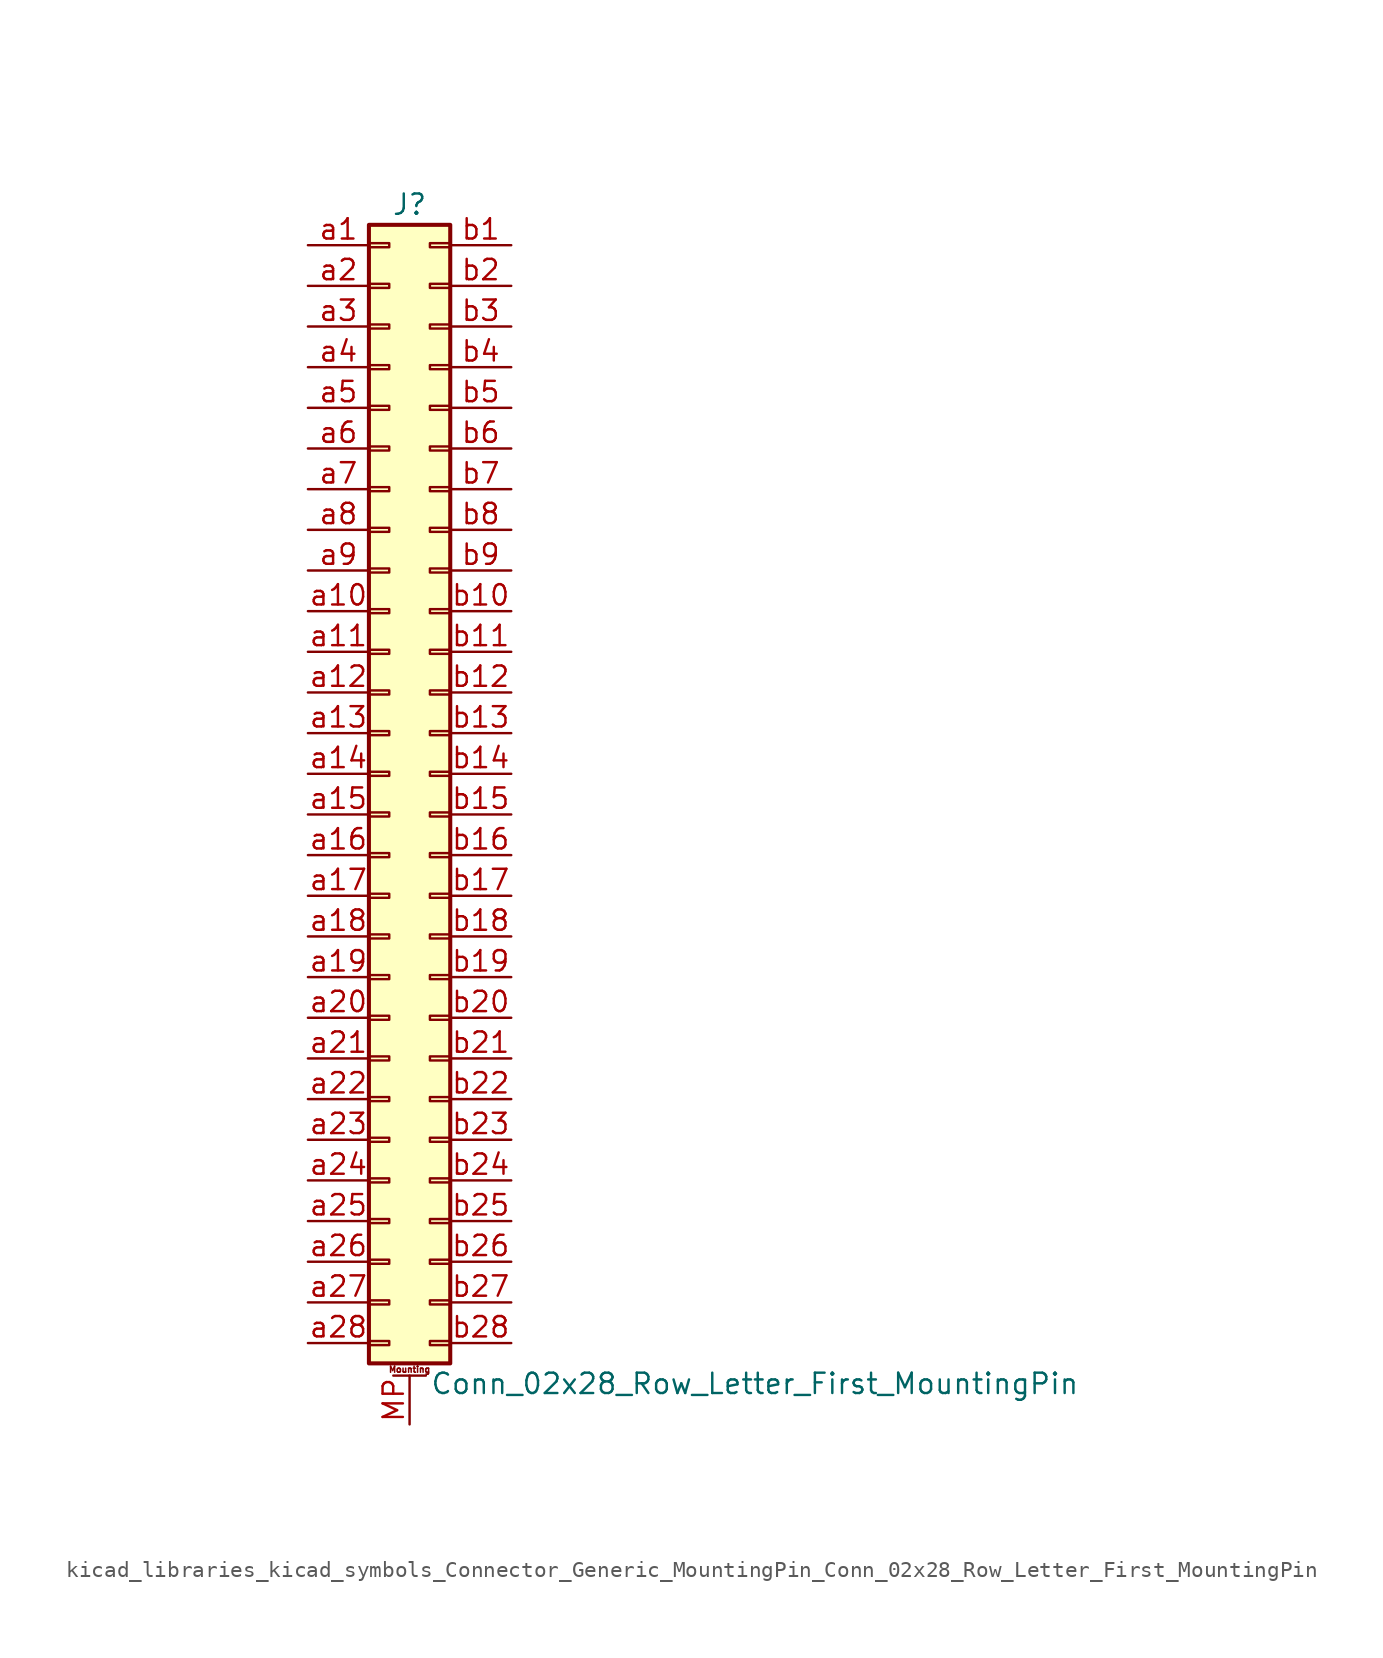
<source format=kicad_sym>
(kicad_symbol_lib
  (version 20220914)
  (generator kicad_symbol_editor)
  (symbol "kicad_libraries_kicad_symbols_Connector_Generic_MountingPin_Conn_02x28_Row_Letter_First_MountingPin"
    (pin_names
      (offset 1.016) hide)
    (property "Reference" "J"
      (at 1.27 35.56 0)
      (effects (font (size 1.27 1.27))))
    (property "Value" "Conn_02x28_Row_Letter_First_MountingPin"
      (at 2.54 -38.1 0)
      (effects (font (size 1.27 1.27)) (justify left)))
    (symbol "kicad_libraries_kicad_symbols_Connector_Generic_MountingPin_Conn_02x28_Row_Letter_First_MountingPin_1_1"
      (rectangle (start -1.27 -35.433) (end 0 -35.687) (stroke (width 0.152) (type default)) (fill (type none)))
      (rectangle (start -1.27 -32.893) (end 0 -33.147) (stroke (width 0.152) (type default)) (fill (type none)))
      (rectangle (start -1.27 -30.353) (end 0 -30.607) (stroke (width 0.152) (type default)) (fill (type none)))
      (rectangle (start -1.27 -27.813) (end 0 -28.067) (stroke (width 0.152) (type default)) (fill (type none)))
      (rectangle (start -1.27 -25.273) (end 0 -25.527) (stroke (width 0.152) (type default)) (fill (type none)))
      (rectangle (start -1.27 -22.733) (end 0 -22.987) (stroke (width 0.152) (type default)) (fill (type none)))
      (rectangle (start -1.27 -20.193) (end 0 -20.447) (stroke (width 0.152) (type default)) (fill (type none)))
      (rectangle (start -1.27 -17.653) (end 0 -17.907) (stroke (width 0.152) (type default)) (fill (type none)))
      (rectangle (start -1.27 -15.113) (end 0 -15.367) (stroke (width 0.152) (type default)) (fill (type none)))
      (rectangle (start -1.27 -12.573) (end 0 -12.827) (stroke (width 0.152) (type default)) (fill (type none)))
      (rectangle (start -1.27 -10.033) (end 0 -10.287) (stroke (width 0.152) (type default)) (fill (type none)))
      (rectangle (start -1.27 -7.493) (end 0 -7.747) (stroke (width 0.152) (type default)) (fill (type none)))
      (rectangle (start -1.27 -4.953) (end 0 -5.207) (stroke (width 0.152) (type default)) (fill (type none)))
      (rectangle (start -1.27 -2.413) (end 0 -2.667) (stroke (width 0.152) (type default)) (fill (type none)))
      (rectangle (start -1.27 0.127) (end 0 -0.127) (stroke (width 0.152) (type default)) (fill (type none)))
      (rectangle (start -1.27 2.667) (end 0 2.413) (stroke (width 0.152) (type default)) (fill (type none)))
      (rectangle (start -1.27 5.207) (end 0 4.953) (stroke (width 0.152) (type default)) (fill (type none)))
      (rectangle (start -1.27 7.747) (end 0 7.493) (stroke (width 0.152) (type default)) (fill (type none)))
      (rectangle (start -1.27 10.287) (end 0 10.033) (stroke (width 0.152) (type default)) (fill (type none)))
      (rectangle (start -1.27 12.827) (end 0 12.573) (stroke (width 0.152) (type default)) (fill (type none)))
      (rectangle (start -1.27 15.367) (end 0 15.113) (stroke (width 0.152) (type default)) (fill (type none)))
      (rectangle (start -1.27 17.907) (end 0 17.653) (stroke (width 0.152) (type default)) (fill (type none)))
      (rectangle (start -1.27 20.447) (end 0 20.193) (stroke (width 0.152) (type default)) (fill (type none)))
      (rectangle (start -1.27 22.987) (end 0 22.733) (stroke (width 0.152) (type default)) (fill (type none)))
      (rectangle (start -1.27 25.527) (end 0 25.273) (stroke (width 0.152) (type default)) (fill (type none)))
      (rectangle (start -1.27 28.067) (end 0 27.813) (stroke (width 0.152) (type default)) (fill (type none)))
      (rectangle (start -1.27 30.607) (end 0 30.353) (stroke (width 0.152) (type default)) (fill (type none)))
      (rectangle (start -1.27 33.147) (end 0 32.893) (stroke (width 0.152) (type default)) (fill (type none)))
      (rectangle (start -1.27 34.29) (end 3.81 -36.83) (stroke (width 0.254) (type default)) (fill (type background)))
      (polyline (pts (xy 0.254 -37.592) (xy 2.286 -37.592)) (stroke (width 0.152) (type default)) (fill (type none)))
      (rectangle (start 3.81 -35.433) (end 2.54 -35.687) (stroke (width 0.152) (type default)) (fill (type none)))
      (rectangle (start 3.81 -32.893) (end 2.54 -33.147) (stroke (width 0.152) (type default)) (fill (type none)))
      (rectangle (start 3.81 -30.353) (end 2.54 -30.607) (stroke (width 0.152) (type default)) (fill (type none)))
      (rectangle (start 3.81 -27.813) (end 2.54 -28.067) (stroke (width 0.152) (type default)) (fill (type none)))
      (rectangle (start 3.81 -25.273) (end 2.54 -25.527) (stroke (width 0.152) (type default)) (fill (type none)))
      (rectangle (start 3.81 -22.733) (end 2.54 -22.987) (stroke (width 0.152) (type default)) (fill (type none)))
      (rectangle (start 3.81 -20.193) (end 2.54 -20.447) (stroke (width 0.152) (type default)) (fill (type none)))
      (rectangle (start 3.81 -17.653) (end 2.54 -17.907) (stroke (width 0.152) (type default)) (fill (type none)))
      (rectangle (start 3.81 -15.113) (end 2.54 -15.367) (stroke (width 0.152) (type default)) (fill (type none)))
      (rectangle (start 3.81 -12.573) (end 2.54 -12.827) (stroke (width 0.152) (type default)) (fill (type none)))
      (rectangle (start 3.81 -10.033) (end 2.54 -10.287) (stroke (width 0.152) (type default)) (fill (type none)))
      (rectangle (start 3.81 -7.493) (end 2.54 -7.747) (stroke (width 0.152) (type default)) (fill (type none)))
      (rectangle (start 3.81 -4.953) (end 2.54 -5.207) (stroke (width 0.152) (type default)) (fill (type none)))
      (rectangle (start 3.81 -2.413) (end 2.54 -2.667) (stroke (width 0.152) (type default)) (fill (type none)))
      (rectangle (start 3.81 0.127) (end 2.54 -0.127) (stroke (width 0.152) (type default)) (fill (type none)))
      (rectangle (start 3.81 2.667) (end 2.54 2.413) (stroke (width 0.152) (type default)) (fill (type none)))
      (rectangle (start 3.81 5.207) (end 2.54 4.953) (stroke (width 0.152) (type default)) (fill (type none)))
      (rectangle (start 3.81 7.747) (end 2.54 7.493) (stroke (width 0.152) (type default)) (fill (type none)))
      (rectangle (start 3.81 10.287) (end 2.54 10.033) (stroke (width 0.152) (type default)) (fill (type none)))
      (rectangle (start 3.81 12.827) (end 2.54 12.573) (stroke (width 0.152) (type default)) (fill (type none)))
      (rectangle (start 3.81 15.367) (end 2.54 15.113) (stroke (width 0.152) (type default)) (fill (type none)))
      (rectangle (start 3.81 17.907) (end 2.54 17.653) (stroke (width 0.152) (type default)) (fill (type none)))
      (rectangle (start 3.81 20.447) (end 2.54 20.193) (stroke (width 0.152) (type default)) (fill (type none)))
      (rectangle (start 3.81 22.987) (end 2.54 22.733) (stroke (width 0.152) (type default)) (fill (type none)))
      (rectangle (start 3.81 25.527) (end 2.54 25.273) (stroke (width 0.152) (type default)) (fill (type none)))
      (rectangle (start 3.81 28.067) (end 2.54 27.813) (stroke (width 0.152) (type default)) (fill (type none)))
      (rectangle (start 3.81 30.607) (end 2.54 30.353) (stroke (width 0.152) (type default)) (fill (type none)))
      (rectangle (start 3.81 33.147) (end 2.54 32.893) (stroke (width 0.152) (type default)) (fill (type none)))
      (text "Mounting" (at 1.27 -37.211 0) (effects (font (size 0.381 0.381))))
      (pin passive line (at 1.27 -40.64 90) (length 3.048) (name "MountPin" (effects (font (size 1.27 1.27)))) (number "MP" (effects (font (size 1.27 1.27)))))
      (pin passive line (at -5.08 33.02 0) (length 3.81) (name "Pin_a1" (effects (font (size 1.27 1.27)))) (number "a1" (effects (font (size 1.27 1.27)))))
      (pin passive line (at -5.08 10.16 0) (length 3.81) (name "Pin_a10" (effects (font (size 1.27 1.27)))) (number "a10" (effects (font (size 1.27 1.27)))))
      (pin passive line (at -5.08 7.62 0) (length 3.81) (name "Pin_a11" (effects (font (size 1.27 1.27)))) (number "a11" (effects (font (size 1.27 1.27)))))
      (pin passive line (at -5.08 5.08 0) (length 3.81) (name "Pin_a12" (effects (font (size 1.27 1.27)))) (number "a12" (effects (font (size 1.27 1.27)))))
      (pin passive line (at -5.08 2.54 0) (length 3.81) (name "Pin_a13" (effects (font (size 1.27 1.27)))) (number "a13" (effects (font (size 1.27 1.27)))))
      (pin passive line (at -5.08 0 0) (length 3.81) (name "Pin_a14" (effects (font (size 1.27 1.27)))) (number "a14" (effects (font (size 1.27 1.27)))))
      (pin passive line (at -5.08 -2.54 0) (length 3.81) (name "Pin_a15" (effects (font (size 1.27 1.27)))) (number "a15" (effects (font (size 1.27 1.27)))))
      (pin passive line (at -5.08 -5.08 0) (length 3.81) (name "Pin_a16" (effects (font (size 1.27 1.27)))) (number "a16" (effects (font (size 1.27 1.27)))))
      (pin passive line (at -5.08 -7.62 0) (length 3.81) (name "Pin_a17" (effects (font (size 1.27 1.27)))) (number "a17" (effects (font (size 1.27 1.27)))))
      (pin passive line (at -5.08 -10.16 0) (length 3.81) (name "Pin_a18" (effects (font (size 1.27 1.27)))) (number "a18" (effects (font (size 1.27 1.27)))))
      (pin passive line (at -5.08 -12.7 0) (length 3.81) (name "Pin_a19" (effects (font (size 1.27 1.27)))) (number "a19" (effects (font (size 1.27 1.27)))))
      (pin passive line (at -5.08 30.48 0) (length 3.81) (name "Pin_a2" (effects (font (size 1.27 1.27)))) (number "a2" (effects (font (size 1.27 1.27)))))
      (pin passive line (at -5.08 -15.24 0) (length 3.81) (name "Pin_a20" (effects (font (size 1.27 1.27)))) (number "a20" (effects (font (size 1.27 1.27)))))
      (pin passive line (at -5.08 -17.78 0) (length 3.81) (name "Pin_a21" (effects (font (size 1.27 1.27)))) (number "a21" (effects (font (size 1.27 1.27)))))
      (pin passive line (at -5.08 -20.32 0) (length 3.81) (name "Pin_a22" (effects (font (size 1.27 1.27)))) (number "a22" (effects (font (size 1.27 1.27)))))
      (pin passive line (at -5.08 -22.86 0) (length 3.81) (name "Pin_a23" (effects (font (size 1.27 1.27)))) (number "a23" (effects (font (size 1.27 1.27)))))
      (pin passive line (at -5.08 -25.4 0) (length 3.81) (name "Pin_a24" (effects (font (size 1.27 1.27)))) (number "a24" (effects (font (size 1.27 1.27)))))
      (pin passive line (at -5.08 -27.94 0) (length 3.81) (name "Pin_a25" (effects (font (size 1.27 1.27)))) (number "a25" (effects (font (size 1.27 1.27)))))
      (pin passive line (at -5.08 -30.48 0) (length 3.81) (name "Pin_a26" (effects (font (size 1.27 1.27)))) (number "a26" (effects (font (size 1.27 1.27)))))
      (pin passive line (at -5.08 -33.02 0) (length 3.81) (name "Pin_a27" (effects (font (size 1.27 1.27)))) (number "a27" (effects (font (size 1.27 1.27)))))
      (pin passive line (at -5.08 -35.56 0) (length 3.81) (name "Pin_a28" (effects (font (size 1.27 1.27)))) (number "a28" (effects (font (size 1.27 1.27)))))
      (pin passive line (at -5.08 27.94 0) (length 3.81) (name "Pin_a3" (effects (font (size 1.27 1.27)))) (number "a3" (effects (font (size 1.27 1.27)))))
      (pin passive line (at -5.08 25.4 0) (length 3.81) (name "Pin_a4" (effects (font (size 1.27 1.27)))) (number "a4" (effects (font (size 1.27 1.27)))))
      (pin passive line (at -5.08 22.86 0) (length 3.81) (name "Pin_a5" (effects (font (size 1.27 1.27)))) (number "a5" (effects (font (size 1.27 1.27)))))
      (pin passive line (at -5.08 20.32 0) (length 3.81) (name "Pin_a6" (effects (font (size 1.27 1.27)))) (number "a6" (effects (font (size 1.27 1.27)))))
      (pin passive line (at -5.08 17.78 0) (length 3.81) (name "Pin_a7" (effects (font (size 1.27 1.27)))) (number "a7" (effects (font (size 1.27 1.27)))))
      (pin passive line (at -5.08 15.24 0) (length 3.81) (name "Pin_a8" (effects (font (size 1.27 1.27)))) (number "a8" (effects (font (size 1.27 1.27)))))
      (pin passive line (at -5.08 12.7 0) (length 3.81) (name "Pin_a9" (effects (font (size 1.27 1.27)))) (number "a9" (effects (font (size 1.27 1.27)))))
      (pin passive line (at 7.62 33.02 180) (length 3.81) (name "Pin_b1" (effects (font (size 1.27 1.27)))) (number "b1" (effects (font (size 1.27 1.27)))))
      (pin passive line (at 7.62 10.16 180) (length 3.81) (name "Pin_b10" (effects (font (size 1.27 1.27)))) (number "b10" (effects (font (size 1.27 1.27)))))
      (pin passive line (at 7.62 7.62 180) (length 3.81) (name "Pin_b11" (effects (font (size 1.27 1.27)))) (number "b11" (effects (font (size 1.27 1.27)))))
      (pin passive line (at 7.62 5.08 180) (length 3.81) (name "Pin_b12" (effects (font (size 1.27 1.27)))) (number "b12" (effects (font (size 1.27 1.27)))))
      (pin passive line (at 7.62 2.54 180) (length 3.81) (name "Pin_b13" (effects (font (size 1.27 1.27)))) (number "b13" (effects (font (size 1.27 1.27)))))
      (pin passive line (at 7.62 0 180) (length 3.81) (name "Pin_b14" (effects (font (size 1.27 1.27)))) (number "b14" (effects (font (size 1.27 1.27)))))
      (pin passive line (at 7.62 -2.54 180) (length 3.81) (name "Pin_b15" (effects (font (size 1.27 1.27)))) (number "b15" (effects (font (size 1.27 1.27)))))
      (pin passive line (at 7.62 -5.08 180) (length 3.81) (name "Pin_b16" (effects (font (size 1.27 1.27)))) (number "b16" (effects (font (size 1.27 1.27)))))
      (pin passive line (at 7.62 -7.62 180) (length 3.81) (name "Pin_b17" (effects (font (size 1.27 1.27)))) (number "b17" (effects (font (size 1.27 1.27)))))
      (pin passive line (at 7.62 -10.16 180) (length 3.81) (name "Pin_b18" (effects (font (size 1.27 1.27)))) (number "b18" (effects (font (size 1.27 1.27)))))
      (pin passive line (at 7.62 -12.7 180) (length 3.81) (name "Pin_b19" (effects (font (size 1.27 1.27)))) (number "b19" (effects (font (size 1.27 1.27)))))
      (pin passive line (at 7.62 30.48 180) (length 3.81) (name "Pin_b2" (effects (font (size 1.27 1.27)))) (number "b2" (effects (font (size 1.27 1.27)))))
      (pin passive line (at 7.62 -15.24 180) (length 3.81) (name "Pin_b20" (effects (font (size 1.27 1.27)))) (number "b20" (effects (font (size 1.27 1.27)))))
      (pin passive line (at 7.62 -17.78 180) (length 3.81) (name "Pin_b21" (effects (font (size 1.27 1.27)))) (number "b21" (effects (font (size 1.27 1.27)))))
      (pin passive line (at 7.62 -20.32 180) (length 3.81) (name "Pin_b22" (effects (font (size 1.27 1.27)))) (number "b22" (effects (font (size 1.27 1.27)))))
      (pin passive line (at 7.62 -22.86 180) (length 3.81) (name "Pin_b23" (effects (font (size 1.27 1.27)))) (number "b23" (effects (font (size 1.27 1.27)))))
      (pin passive line (at 7.62 -25.4 180) (length 3.81) (name "Pin_b24" (effects (font (size 1.27 1.27)))) (number "b24" (effects (font (size 1.27 1.27)))))
      (pin passive line (at 7.62 -27.94 180) (length 3.81) (name "Pin_b25" (effects (font (size 1.27 1.27)))) (number "b25" (effects (font (size 1.27 1.27)))))
      (pin passive line (at 7.62 -30.48 180) (length 3.81) (name "Pin_b26" (effects (font (size 1.27 1.27)))) (number "b26" (effects (font (size 1.27 1.27)))))
      (pin passive line (at 7.62 -33.02 180) (length 3.81) (name "Pin_b27" (effects (font (size 1.27 1.27)))) (number "b27" (effects (font (size 1.27 1.27)))))
      (pin passive line (at 7.62 -35.56 180) (length 3.81) (name "Pin_b28" (effects (font (size 1.27 1.27)))) (number "b28" (effects (font (size 1.27 1.27)))))
      (pin passive line (at 7.62 27.94 180) (length 3.81) (name "Pin_b3" (effects (font (size 1.27 1.27)))) (number "b3" (effects (font (size 1.27 1.27)))))
      (pin passive line (at 7.62 25.4 180) (length 3.81) (name "Pin_b4" (effects (font (size 1.27 1.27)))) (number "b4" (effects (font (size 1.27 1.27)))))
      (pin passive line (at 7.62 22.86 180) (length 3.81) (name "Pin_b5" (effects (font (size 1.27 1.27)))) (number "b5" (effects (font (size 1.27 1.27)))))
      (pin passive line (at 7.62 20.32 180) (length 3.81) (name "Pin_b6" (effects (font (size 1.27 1.27)))) (number "b6" (effects (font (size 1.27 1.27)))))
      (pin passive line (at 7.62 17.78 180) (length 3.81) (name "Pin_b7" (effects (font (size 1.27 1.27)))) (number "b7" (effects (font (size 1.27 1.27)))))
      (pin passive line (at 7.62 15.24 180) (length 3.81) (name "Pin_b8" (effects (font (size 1.27 1.27)))) (number "b8" (effects (font (size 1.27 1.27)))))
      (pin passive line (at 7.62 12.7 180) (length 3.81) (name "Pin_b9" (effects (font (size 1.27 1.27)))) (number "b9" (effects (font (size 1.27 1.27))))))))
</source>
